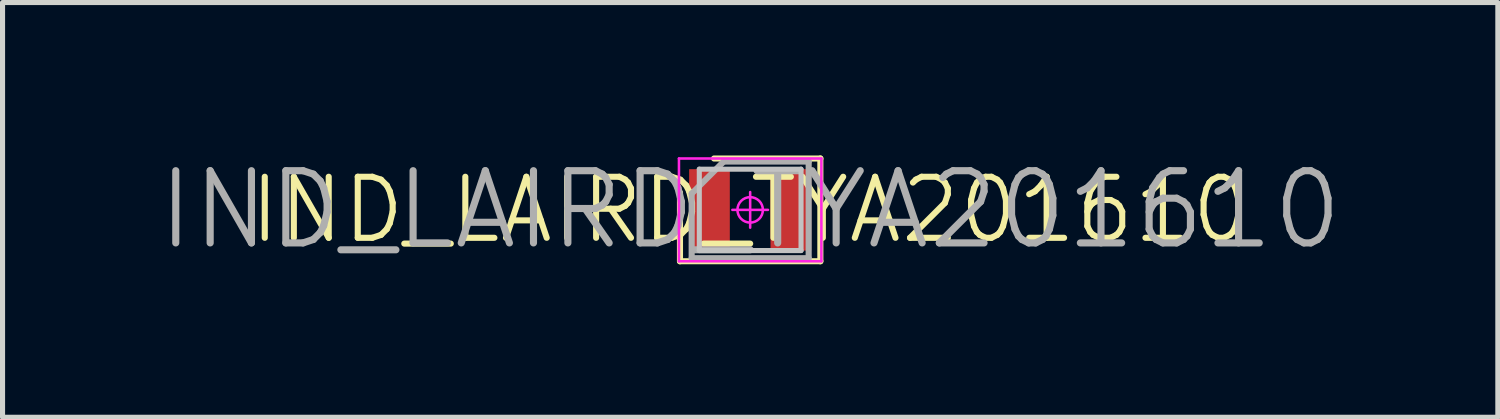
<source format=kicad_pcb>
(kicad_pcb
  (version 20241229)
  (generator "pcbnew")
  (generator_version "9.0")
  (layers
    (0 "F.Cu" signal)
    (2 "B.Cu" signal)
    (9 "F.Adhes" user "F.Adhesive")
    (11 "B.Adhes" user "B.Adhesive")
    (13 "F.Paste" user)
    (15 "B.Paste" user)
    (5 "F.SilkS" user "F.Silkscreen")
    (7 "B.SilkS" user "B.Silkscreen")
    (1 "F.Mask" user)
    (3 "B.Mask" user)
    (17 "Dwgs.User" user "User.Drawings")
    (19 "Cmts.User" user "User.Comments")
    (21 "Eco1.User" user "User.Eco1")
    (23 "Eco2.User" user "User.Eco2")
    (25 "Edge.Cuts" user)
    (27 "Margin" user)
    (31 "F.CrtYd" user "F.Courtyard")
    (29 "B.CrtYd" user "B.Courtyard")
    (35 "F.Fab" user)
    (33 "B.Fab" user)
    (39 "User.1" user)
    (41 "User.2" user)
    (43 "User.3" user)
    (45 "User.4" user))
  (footprint "IND_LAIRD_TYA201610"
    (layer "F.Cu")
    (at 11.698 1.076)
    (property "Reference" "IND_LAIRD_TYA201610" (at 0 0 0) (layer "F.SilkS") (effects (font (size 1.2 1.2) (thickness 0.12))))
    (attr smd)
    (fp_line (start -1.38 1.01) (end -1.38 -0.34) (stroke (width 0.12) (type solid)) (layer "F.SilkS"))
    (fp_line (start -0.71 -1.01) (end 1.38 -1.01) (stroke (width 0.12) (type solid)) (layer "F.SilkS"))
    (fp_line (start 1.38 -1.01) (end 1.38 1.01) (stroke (width 0.12) (type solid)) (layer "F.SilkS"))
    (fp_line (start 1.38 1.01) (end -1.38 1.01) (stroke (width 0.12) (type solid)) (layer "F.SilkS"))
    (fp_line (start -1 -0.8) (end 1 -0.8) (stroke (width 0.1) (type solid)) (layer "Dwgs.User"))
    (fp_line (start -1 0.8) (end -1 -0.8) (stroke (width 0.1) (type solid)) (layer "Dwgs.User"))
    (fp_line (start 1 -0.8) (end 1 0.8) (stroke (width 0.1) (type solid)) (layer "Dwgs.User"))
    (fp_line (start 1 0.8) (end -1 0.8) (stroke (width 0.1) (type solid)) (layer "Dwgs.User"))
    (fp_line (start -1.4 -1.01) (end 1.4 -1.01) (stroke (width 0.05) (type solid)) (layer "F.CrtYd"))
    (fp_line (start -1.4 1.01) (end -1.4 -1.01) (stroke (width 0.05) (type solid)) (layer "F.CrtYd"))
    (fp_line (start 0 -0.35) (end 0 0.35) (stroke (width 0.05) (type solid)) (layer "F.CrtYd"))
    (fp_line (start 0.35 0) (end -0.35 0) (stroke (width 0.05) (type solid)) (layer "F.CrtYd"))
    (fp_line (start 1.4 -1.01) (end 1.4 1.01) (stroke (width 0.05) (type solid)) (layer "F.CrtYd"))
    (fp_line (start 1.4 1.01) (end -1.4 1.01) (stroke (width 0.05) (type solid)) (layer "F.CrtYd"))
    (fp_circle (center 0 0) (end 0 0.25) (stroke (width 0.05) (type solid)) (fill no) (layer "F.CrtYd"))
    (fp_line (start -1.15 -0.32) (end -0.52 -0.95) (stroke (width 0.12) (type solid)) (layer "F.Fab"))
    (fp_line (start -1.15 0.95) (end -1.15 -0.32) (stroke (width 0.12) (type solid)) (layer "F.Fab"))
    (fp_line (start -0.52 -0.95) (end 1.15 -0.95) (stroke (width 0.12) (type solid)) (layer "F.Fab"))
    (fp_line (start 1.15 -0.95) (end 1.15 0.95) (stroke (width 0.12) (type solid)) (layer "F.Fab"))
    (fp_line (start 1.15 0.95) (end -1.15 0.95) (stroke (width 0.12) (type solid)) (layer "F.Fab"))
    (fp_text user "${REFERENCE}" (at 0 0 0) (layer "F.Fab") (effects (font (size 1.42 1.42) (thickness 0.14))))
    (pad "1" smd rect (at -0.8 0) (size 0.8 1.6) (layers "F.Cu" "F.Mask" "F.Paste"))
    (pad "2" smd rect (at 0.8 0) (size 0.8 1.6) (layers "F.Cu" "F.Mask" "F.Paste")))
  (gr_rect
    (start -3 -3)
    (end 26.397 5.153)
    (stroke (width 0.1) (type default))
    (fill no)
    (layer "Edge.Cuts")))
</source>
